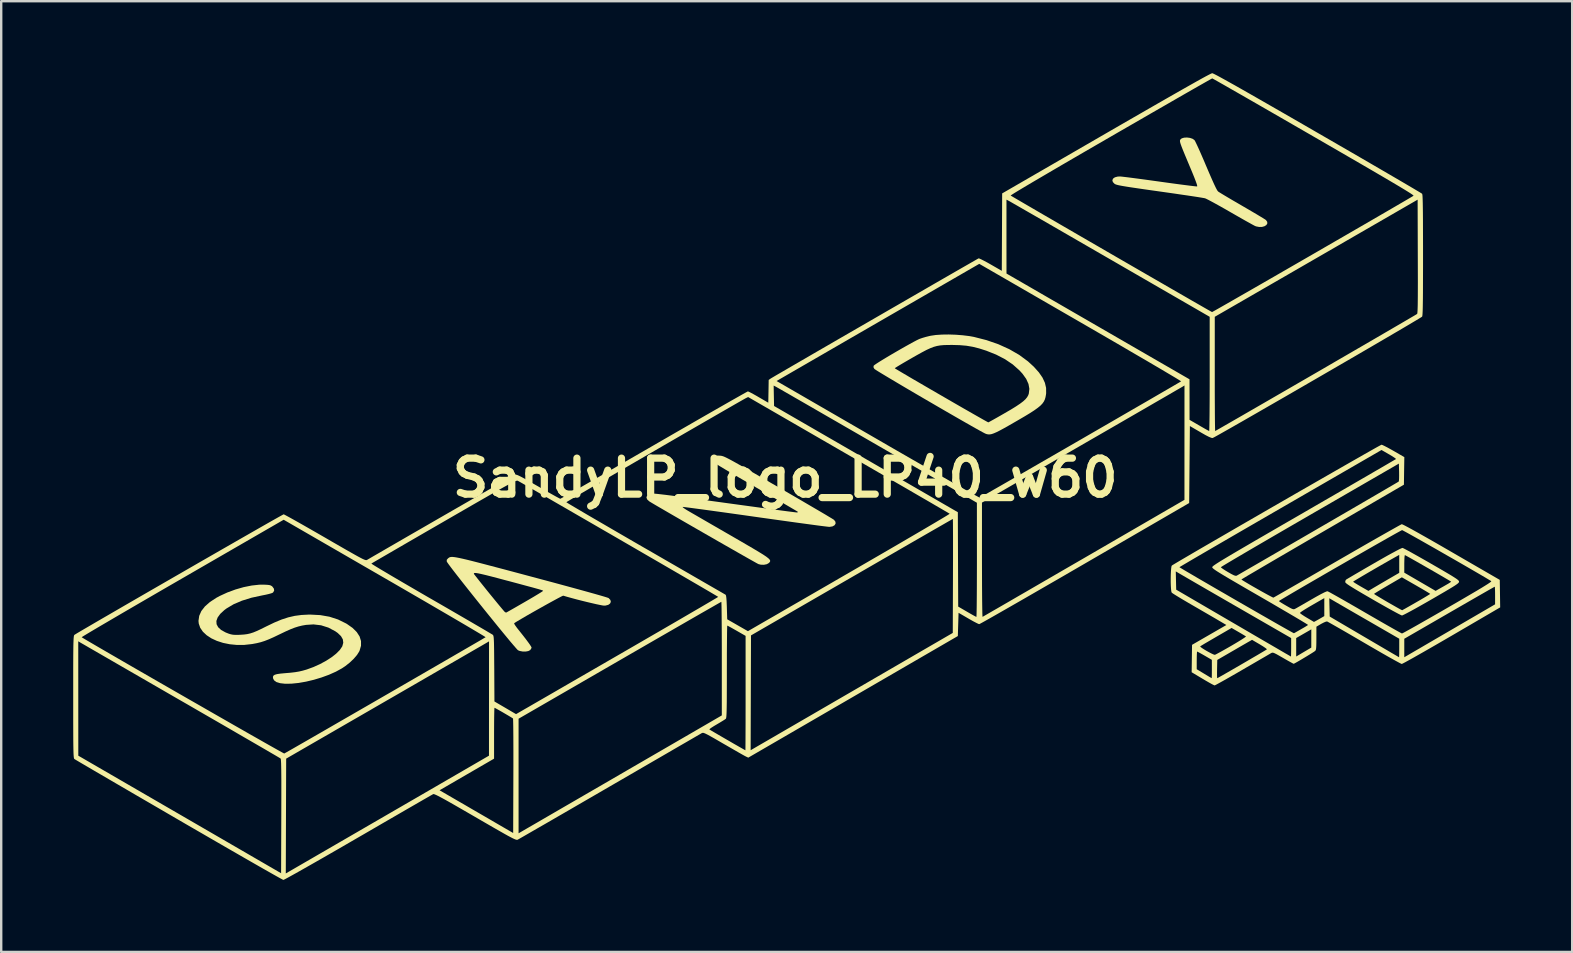
<source format=kicad_pcb>
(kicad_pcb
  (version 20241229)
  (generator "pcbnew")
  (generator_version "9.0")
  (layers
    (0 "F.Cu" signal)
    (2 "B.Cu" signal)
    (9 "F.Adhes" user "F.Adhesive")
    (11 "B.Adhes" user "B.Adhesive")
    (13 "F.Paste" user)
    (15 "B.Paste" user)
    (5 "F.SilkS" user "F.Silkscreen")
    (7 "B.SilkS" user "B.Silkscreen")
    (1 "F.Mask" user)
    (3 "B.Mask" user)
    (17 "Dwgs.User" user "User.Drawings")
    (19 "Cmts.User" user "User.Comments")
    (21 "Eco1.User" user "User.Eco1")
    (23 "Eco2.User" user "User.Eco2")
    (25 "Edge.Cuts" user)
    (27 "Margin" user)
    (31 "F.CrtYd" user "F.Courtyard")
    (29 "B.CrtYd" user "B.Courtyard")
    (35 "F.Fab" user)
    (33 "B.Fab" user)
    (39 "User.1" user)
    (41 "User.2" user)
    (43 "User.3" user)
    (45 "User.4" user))
  (footprint "SandyLP_logo_LP40_w60"
    (layer "F.Cu")
    (at 29.663 16.858)
    (property "Reference" "SandyLP_logo_LP40_w60" (at 0 0 0) (layer "F.SilkS") (effects (font (size 1.5 1.5) (thickness 0.3))))
    (attr board_only exclude_from_pos_files exclude_from_bom)
    (fp_poly (pts (xy 16.862 -14.163) (xy 16.973 -14.125) (xy 17.049 -14.071) (xy 17.075 -14.029) (xy 17.12 -13.937) (xy 17.183 -13.804) (xy 17.259 -13.636) (xy 17.346 -13.438) (xy 17.441 -13.219) (xy 17.534 -12.999) (xy 17.667 -12.688) (xy 17.779 -12.431) (xy 17.87 -12.229) (xy 17.942 -12.079) (xy 17.995 -11.981) (xy 18.03 -11.934) (xy 18.031 -11.933) (xy 18.073 -11.904) (xy 18.162 -11.849) (xy 18.289 -11.772) (xy 18.449 -11.677) (xy 18.635 -11.567) (xy 18.842 -11.447) (xy 19.037 -11.333) (xy 19.254 -11.207) (xy 19.457 -11.088) (xy 19.639 -10.981) (xy 19.793 -10.888) (xy 19.914 -10.815) (xy 19.994 -10.764) (xy 20.028 -10.74) (xy 20.081 -10.664) (xy 20.083 -10.593) (xy 20.042 -10.531) (xy 19.966 -10.483) (xy 19.864 -10.455) (xy 19.744 -10.452) (xy 19.615 -10.477) (xy 19.594 -10.485) (xy 19.548 -10.506) (xy 19.457 -10.555) (xy 19.328 -10.627) (xy 19.165 -10.717) (xy 18.977 -10.824) (xy 18.769 -10.943) (xy 18.558 -11.064) (xy 18.336 -11.192) (xy 18.125 -11.311) (xy 17.934 -11.417) (xy 17.767 -11.508) (xy 17.633 -11.579) (xy 17.537 -11.627) (xy 17.489 -11.647) (xy 17.438 -11.657) (xy 17.333 -11.675) (xy 17.18 -11.7) (xy 16.984 -11.73) (xy 16.751 -11.765) (xy 16.487 -11.803) (xy 16.198 -11.846) (xy 15.888 -11.89) (xy 15.592 -11.932) (xy 15.216 -11.985) (xy 14.895 -12.031) (xy 14.624 -12.071) (xy 14.399 -12.104) (xy 14.216 -12.133) (xy 14.07 -12.157) (xy 13.955 -12.178) (xy 13.869 -12.196) (xy 13.806 -12.213) (xy 13.762 -12.228) (xy 13.732 -12.242) (xy 13.723 -12.248) (xy 13.649 -12.324) (xy 13.629 -12.399) (xy 13.658 -12.467) (xy 13.732 -12.52) (xy 13.845 -12.551) (xy 13.947 -12.556) (xy 14.008 -12.551) (xy 14.122 -12.538) (xy 14.282 -12.519) (xy 14.483 -12.493) (xy 14.718 -12.462) (xy 14.98 -12.427) (xy 15.263 -12.388) (xy 15.561 -12.347) (xy 15.615 -12.339) (xy 15.91 -12.298) (xy 16.187 -12.26) (xy 16.44 -12.226) (xy 16.665 -12.197) (xy 16.855 -12.173) (xy 17.004 -12.155) (xy 17.106 -12.144) (xy 17.157 -12.141) (xy 17.161 -12.141) (xy 17.163 -12.167) (xy 17.145 -12.238) (xy 17.104 -12.353) (xy 17.041 -12.518) (xy 16.954 -12.732) (xy 16.842 -12.998) (xy 16.841 -13.001) (xy 16.73 -13.266) (xy 16.64 -13.481) (xy 16.57 -13.653) (xy 16.517 -13.786) (xy 16.48 -13.887) (xy 16.457 -13.96) (xy 16.446 -14.013) (xy 16.445 -14.05) (xy 16.451 -14.077) (xy 16.457 -14.09) (xy 16.519 -14.144) (xy 16.618 -14.173) (xy 16.738 -14.179)) (stroke (width 0) (type solid)) (fill yes) (layer "F.SilkS"))
    (fp_poly (pts (xy -21.593 4.455) (xy -21.501 4.464) (xy -21.439 4.481) (xy -21.393 4.507) (xy -21.364 4.531) (xy -21.302 4.617) (xy -21.292 4.701) (xy -21.336 4.772) (xy -21.354 4.787) (xy -21.41 4.809) (xy -21.51 4.837) (xy -21.641 4.868) (xy -21.78 4.895) (xy -22.234 4.993) (xy -22.634 5.117) (xy -22.98 5.265) (xy -23.272 5.438) (xy -23.366 5.508) (xy -23.536 5.665) (xy -23.646 5.817) (xy -23.698 5.961) (xy -23.69 6.098) (xy -23.623 6.224) (xy -23.498 6.339) (xy -23.314 6.44) (xy -23.191 6.489) (xy -23.097 6.518) (xy -23.008 6.535) (xy -22.906 6.542) (xy -22.77 6.54) (xy -22.698 6.537) (xy -22.549 6.527) (xy -22.417 6.51) (xy -22.292 6.482) (xy -22.16 6.44) (xy -22.012 6.379) (xy -21.834 6.296) (xy -21.617 6.188) (xy -21.285 6.028) (xy -20.985 5.903) (xy -20.706 5.812) (xy -20.433 5.749) (xy -20.155 5.712) (xy -19.859 5.697) (xy -19.786 5.696) (xy -19.369 5.718) (xy -18.986 5.785) (xy -18.631 5.9) (xy -18.296 6.065) (xy -18.256 6.089) (xy -18.024 6.252) (xy -17.85 6.425) (xy -17.732 6.608) (xy -17.673 6.798) (xy -17.673 6.995) (xy -17.732 7.197) (xy -17.751 7.238) (xy -17.842 7.381) (xy -17.976 7.537) (xy -18.142 7.695) (xy -18.329 7.843) (xy -18.467 7.935) (xy -18.72 8.074) (xy -19.007 8.202) (xy -19.316 8.315) (xy -19.638 8.412) (xy -19.961 8.489) (xy -20.274 8.544) (xy -20.569 8.574) (xy -20.832 8.578) (xy -21.043 8.554) (xy -21.196 8.507) (xy -21.295 8.435) (xy -21.335 8.358) (xy -21.343 8.292) (xy -21.323 8.242) (xy -21.269 8.204) (xy -21.174 8.176) (xy -21.033 8.155) (xy -20.851 8.138) (xy -20.612 8.118) (xy -20.418 8.095) (xy -20.252 8.067) (xy -20.099 8.031) (xy -19.942 7.986) (xy -19.936 7.984) (xy -19.653 7.881) (xy -19.381 7.758) (xy -19.128 7.621) (xy -18.901 7.475) (xy -18.709 7.324) (xy -18.56 7.175) (xy -18.461 7.031) (xy -18.452 7.014) (xy -18.412 6.869) (xy -18.43 6.729) (xy -18.507 6.594) (xy -18.644 6.462) (xy -18.743 6.392) (xy -19.033 6.238) (xy -19.337 6.142) (xy -19.653 6.105) (xy -19.962 6.125) (xy -20.123 6.153) (xy -20.277 6.19) (xy -20.434 6.239) (xy -20.606 6.306) (xy -20.805 6.394) (xy -21.043 6.508) (xy -21.079 6.525) (xy -21.316 6.639) (xy -21.515 6.727) (xy -21.689 6.795) (xy -21.852 6.847) (xy -22.017 6.887) (xy -22.199 6.921) (xy -22.217 6.924) (xy -22.533 6.959) (xy -22.843 6.961) (xy -23.14 6.932) (xy -23.421 6.875) (xy -23.679 6.791) (xy -23.908 6.685) (xy -24.104 6.556) (xy -24.26 6.41) (xy -24.372 6.246) (xy -24.433 6.069) (xy -24.444 5.958) (xy -24.414 5.749) (xy -24.325 5.548) (xy -24.176 5.356) (xy -23.969 5.173) (xy -23.702 4.998) (xy -23.564 4.923) (xy -23.242 4.775) (xy -22.903 4.65) (xy -22.56 4.552) (xy -22.226 4.485) (xy -21.915 4.451) (xy -21.732 4.449)) (stroke (width 0) (type solid)) (fill yes) (layer "F.SilkS"))
    (fp_poly (pts (xy 7.106 -5.963) (xy 7.398 -5.94) (xy 7.674 -5.906) (xy 7.856 -5.873) (xy 8.385 -5.738) (xy 8.879 -5.567) (xy 9.334 -5.361) (xy 9.747 -5.123) (xy 10.113 -4.853) (xy 10.358 -4.628) (xy 10.566 -4.396) (xy 10.718 -4.176) (xy 10.818 -3.961) (xy 10.868 -3.747) (xy 10.87 -3.526) (xy 10.861 -3.457) (xy 10.842 -3.354) (xy 10.814 -3.262) (xy 10.772 -3.176) (xy 10.712 -3.092) (xy 10.63 -3.007) (xy 10.519 -2.916) (xy 10.377 -2.814) (xy 10.198 -2.698) (xy 9.977 -2.564) (xy 9.71 -2.408) (xy 9.582 -2.334) (xy 9.325 -2.186) (xy 9.114 -2.067) (xy 8.942 -1.974) (xy 8.803 -1.904) (xy 8.692 -1.856) (xy 8.603 -1.825) (xy 8.529 -1.811) (xy 8.465 -1.81) (xy 8.405 -1.82) (xy 8.362 -1.833) (xy 8.315 -1.854) (xy 8.222 -1.903) (xy 8.087 -1.977) (xy 7.916 -2.073) (xy 7.711 -2.189) (xy 7.479 -2.321) (xy 7.224 -2.467) (xy 6.95 -2.625) (xy 6.662 -2.791) (xy 6.364 -2.964) (xy 6.062 -3.14) (xy 5.759 -3.316) (xy 5.46 -3.491) (xy 5.17 -3.661) (xy 4.894 -3.824) (xy 4.636 -3.977) (xy 4.4 -4.117) (xy 4.191 -4.242) (xy 4.015 -4.348) (xy 3.874 -4.434) (xy 3.775 -4.497) (xy 3.721 -4.534) (xy 3.713 -4.541) (xy 3.699 -4.567) (xy 4.564 -4.567) (xy 4.589 -4.549) (xy 4.662 -4.505) (xy 4.777 -4.436) (xy 4.929 -4.346) (xy 5.113 -4.238) (xy 5.325 -4.113) (xy 5.56 -3.977) (xy 5.812 -3.83) (xy 6.077 -3.676) (xy 6.35 -3.518) (xy 6.626 -3.358) (xy 6.899 -3.2) (xy 7.166 -3.046) (xy 7.421 -2.899) (xy 7.659 -2.763) (xy 7.876 -2.639) (xy 8.066 -2.531) (xy 8.224 -2.441) (xy 8.346 -2.373) (xy 8.426 -2.329) (xy 8.461 -2.312) (xy 8.461 -2.312) (xy 8.49 -2.326) (xy 8.564 -2.367) (xy 8.676 -2.429) (xy 8.818 -2.509) (xy 8.985 -2.604) (xy 9.139 -2.693) (xy 9.401 -2.845) (xy 9.613 -2.976) (xy 9.782 -3.089) (xy 9.913 -3.188) (xy 10.01 -3.277) (xy 10.079 -3.362) (xy 10.125 -3.445) (xy 10.148 -3.512) (xy 10.171 -3.709) (xy 10.134 -3.912) (xy 10.039 -4.122) (xy 9.884 -4.339) (xy 9.758 -4.477) (xy 9.478 -4.726) (xy 9.155 -4.944) (xy 8.786 -5.135) (xy 8.379 -5.297) (xy 8.082 -5.392) (xy 7.812 -5.46) (xy 7.547 -5.505) (xy 7.266 -5.529) (xy 6.965 -5.537) (xy 6.769 -5.536) (xy 6.603 -5.531) (xy 6.456 -5.518) (xy 6.32 -5.494) (xy 6.186 -5.457) (xy 6.044 -5.402) (xy 5.885 -5.329) (xy 5.701 -5.232) (xy 5.481 -5.11) (xy 5.277 -4.994) (xy 5.09 -4.886) (xy 4.921 -4.788) (xy 4.778 -4.703) (xy 4.666 -4.635) (xy 4.592 -4.589) (xy 4.564 -4.567) (xy 4.564 -4.567) (xy 3.699 -4.567) (xy 3.676 -4.608) (xy 3.683 -4.665) (xy 3.688 -4.675) (xy 3.721 -4.704) (xy 3.8 -4.758) (xy 3.916 -4.833) (xy 4.064 -4.924) (xy 4.234 -5.027) (xy 4.421 -5.138) (xy 4.617 -5.252) (xy 4.814 -5.366) (xy 5.006 -5.475) (xy 5.185 -5.575) (xy 5.343 -5.662) (xy 5.474 -5.731) (xy 5.57 -5.778) (xy 5.598 -5.79) (xy 5.711 -5.829) (xy 5.857 -5.872) (xy 6.011 -5.91) (xy 6.063 -5.921) (xy 6.274 -5.952) (xy 6.528 -5.969) (xy 6.81 -5.973)) (stroke (width 0) (type solid)) (fill yes) (layer "F.SilkS"))
    (fp_poly (pts (xy -13.85 3.295) (xy -13.78 3.302) (xy -13.691 3.316) (xy -13.579 3.338) (xy -13.441 3.368) (xy -13.274 3.407) (xy -13.075 3.456) (xy -12.841 3.516) (xy -12.567 3.587) (xy -12.252 3.67) (xy -11.89 3.765) (xy -11.48 3.874) (xy -11.018 3.997) (xy -10.6 4.109) (xy -10.113 4.239) (xy -9.657 4.361) (xy -9.234 4.476) (xy -8.847 4.581) (xy -8.498 4.677) (xy -8.191 4.762) (xy -7.927 4.836) (xy -7.71 4.898) (xy -7.542 4.947) (xy -7.426 4.983) (xy -7.364 5.005) (xy -7.356 5.009) (xy -7.284 5.087) (xy -7.266 5.166) (xy -7.298 5.236) (xy -7.373 5.291) (xy -7.488 5.32) (xy -7.543 5.323) (xy -7.608 5.316) (xy -7.721 5.294) (xy -7.874 5.262) (xy -8.056 5.22) (xy -8.259 5.172) (xy -8.473 5.119) (xy -8.689 5.064) (xy -8.897 5.008) (xy -9.088 4.955) (xy -9.248 4.908) (xy -9.281 4.92) (xy -9.358 4.958) (xy -9.474 5.019) (xy -9.62 5.098) (xy -9.791 5.191) (xy -9.979 5.295) (xy -10.177 5.406) (xy -10.378 5.519) (xy -10.576 5.631) (xy -10.763 5.738) (xy -10.932 5.837) (xy -11.077 5.922) (xy -11.191 5.99) (xy -11.266 6.038) (xy -11.294 6.058) (xy -11.285 6.089) (xy -11.244 6.155) (xy -11.179 6.245) (xy -11.12 6.32) (xy -10.951 6.532) (xy -10.809 6.715) (xy -10.698 6.864) (xy -10.619 6.977) (xy -10.576 7.049) (xy -10.568 7.073) (xy -10.588 7.124) (xy -10.628 7.176) (xy -10.704 7.216) (xy -10.815 7.236) (xy -10.942 7.234) (xy -11.063 7.211) (xy -11.13 7.183) (xy -11.164 7.152) (xy -11.231 7.077) (xy -11.328 6.965) (xy -11.452 6.819) (xy -11.598 6.643) (xy -11.763 6.443) (xy -11.944 6.222) (xy -12.136 5.985) (xy -12.337 5.737) (xy -12.543 5.482) (xy -12.75 5.224) (xy -12.955 4.968) (xy -13.154 4.718) (xy -13.343 4.48) (xy -13.519 4.256) (xy -13.679 4.052) (xy -13.731 3.985) (xy -12.973 3.985) (xy -12.962 4.011) (xy -12.95 4.029) (xy -12.838 4.172) (xy -12.71 4.334) (xy -12.571 4.507) (xy -12.427 4.687) (xy -12.282 4.866) (xy -12.141 5.038) (xy -12.01 5.198) (xy -11.894 5.339) (xy -11.797 5.455) (xy -11.725 5.54) (xy -11.682 5.587) (xy -11.674 5.594) (xy -11.632 5.61) (xy -11.626 5.612) (xy -11.599 5.598) (xy -11.526 5.558) (xy -11.415 5.495) (xy -11.271 5.413) (xy -11.101 5.315) (xy -10.912 5.206) (xy -10.853 5.172) (xy -10.659 5.059) (xy -10.483 4.956) (xy -10.332 4.865) (xy -10.212 4.792) (xy -10.129 4.739) (xy -10.09 4.711) (xy -10.088 4.709) (xy -10.089 4.702) (xy -10.097 4.696) (xy -10.115 4.687) (xy -10.148 4.675) (xy -10.201 4.658) (xy -10.278 4.635) (xy -10.384 4.606) (xy -10.523 4.567) (xy -10.7 4.52) (xy -10.919 4.461) (xy -11.185 4.389) (xy -11.503 4.304) (xy -11.66 4.263) (xy -11.981 4.177) (xy -12.249 4.107) (xy -12.467 4.052) (xy -12.64 4.011) (xy -12.772 3.982) (xy -12.867 3.966) (xy -12.929 3.962) (xy -12.963 3.969) (xy -12.973 3.985) (xy -13.731 3.985) (xy -13.818 3.873) (xy -13.933 3.722) (xy -14.021 3.604) (xy -14.078 3.523) (xy -14.101 3.485) (xy -14.101 3.415) (xy -14.053 3.359) (xy -14.029 3.339) (xy -14.005 3.322) (xy -13.979 3.308) (xy -13.946 3.299) (xy -13.905 3.294)) (stroke (width 0) (type solid)) (fill yes) (layer "F.SilkS"))
    (fp_poly (pts (xy -2.723 -0.925) (xy -2.689 -0.922) (xy -2.655 -0.917) (xy -2.618 -0.908) (xy -2.574 -0.894) (xy -2.518 -0.871) (xy -2.449 -0.838) (xy -2.362 -0.794) (xy -2.254 -0.737) (xy -2.121 -0.664) (xy -1.96 -0.574) (xy -1.767 -0.465) (xy -1.539 -0.335) (xy -1.273 -0.182) (xy -0.964 -0.004) (xy -0.61 0.201) (xy -0.285 0.388) (xy 0.054 0.584) (xy 0.379 0.773) (xy 0.687 0.952) (xy 0.972 1.119) (xy 1.232 1.271) (xy 1.463 1.406) (xy 1.66 1.522) (xy 1.819 1.618) (xy 1.938 1.689) (xy 2.011 1.735) (xy 2.034 1.751) (xy 2.093 1.831) (xy 2.097 1.909) (xy 2.053 1.976) (xy 1.967 2.023) (xy 1.843 2.042) (xy 1.835 2.042) (xy 1.787 2.037) (xy 1.684 2.025) (xy 1.53 2.006) (xy 1.329 1.98) (xy 1.085 1.947) (xy 0.804 1.909) (xy 0.487 1.866) (xy 0.142 1.818) (xy -0.23 1.766) (xy -0.623 1.711) (xy -1.033 1.654) (xy -1.269 1.62) (xy -1.685 1.561) (xy -2.084 1.505) (xy -2.462 1.452) (xy -2.816 1.403) (xy -3.141 1.358) (xy -3.433 1.318) (xy -3.689 1.284) (xy -3.903 1.255) (xy -4.073 1.233) (xy -4.193 1.218) (xy -4.261 1.21) (xy -4.275 1.21) (xy -4.265 1.228) (xy -4.213 1.269) (xy -4.126 1.326) (xy -4.055 1.369) (xy -3.983 1.411) (xy -3.864 1.48) (xy -3.704 1.572) (xy -3.509 1.685) (xy -3.284 1.815) (xy -3.034 1.96) (xy -2.765 2.115) (xy -2.483 2.278) (xy -2.239 2.419) (xy -1.9 2.615) (xy -1.61 2.784) (xy -1.365 2.927) (xy -1.162 3.048) (xy -0.997 3.148) (xy -0.867 3.231) (xy -0.769 3.299) (xy -0.7 3.353) (xy -0.655 3.398) (xy -0.632 3.434) (xy -0.627 3.466) (xy -0.636 3.494) (xy -0.657 3.521) (xy -0.681 3.547) (xy -0.768 3.597) (xy -0.887 3.621) (xy -1.019 3.617) (xy -1.112 3.594) (xy -1.15 3.575) (xy -1.235 3.528) (xy -1.363 3.456) (xy -1.529 3.363) (xy -1.728 3.25) (xy -1.956 3.12) (xy -2.207 2.977) (xy -2.478 2.822) (xy -2.764 2.659) (xy -3.059 2.489) (xy -3.359 2.317) (xy -3.66 2.144) (xy -3.957 1.973) (xy -4.245 1.807) (xy -4.52 1.648) (xy -4.776 1.5) (xy -5.01 1.364) (xy -5.216 1.244) (xy -5.39 1.143) (xy -5.527 1.062) (xy -5.622 1.005) (xy -5.665 0.978) (xy -5.752 0.899) (xy -5.782 0.816) (xy -5.755 0.738) (xy -5.671 0.673) (xy -5.645 0.661) (xy -5.624 0.655) (xy -5.592 0.652) (xy -5.546 0.652) (xy -5.482 0.655) (xy -5.396 0.662) (xy -5.285 0.673) (xy -5.146 0.689) (xy -4.975 0.709) (xy -4.769 0.735) (xy -4.524 0.767) (xy -4.237 0.805) (xy -3.905 0.85) (xy -3.524 0.902) (xy -3.09 0.961) (xy -2.6 1.028) (xy -2.574 1.032) (xy -2.156 1.089) (xy -1.755 1.144) (xy -1.374 1.196) (xy -1.016 1.245) (xy -0.688 1.289) (xy -0.391 1.329) (xy -0.131 1.364) (xy 0.088 1.393) (xy 0.263 1.415) (xy 0.389 1.431) (xy 0.462 1.44) (xy 0.479 1.441) (xy 0.526 1.433) (xy 0.524 1.413) (xy 0.494 1.394) (xy 0.416 1.347) (xy 0.294 1.276) (xy 0.134 1.182) (xy -0.061 1.068) (xy -0.286 0.937) (xy -0.536 0.792) (xy -0.808 0.634) (xy -1.098 0.467) (xy -1.231 0.39) (xy -1.527 0.219) (xy -1.809 0.055) (xy -2.072 -0.098) (xy -2.312 -0.239) (xy -2.523 -0.365) (xy -2.702 -0.472) (xy -2.845 -0.559) (xy -2.946 -0.622) (xy -3.001 -0.659) (xy -3.01 -0.666) (xy -3.052 -0.726) (xy -3.054 -0.776) (xy -3.011 -0.834) (xy -2.985 -0.86) (xy -2.936 -0.903) (xy -2.885 -0.924) (xy -2.811 -0.929)) (stroke (width 0) (type solid)) (fill yes) (layer "F.SilkS"))
    (fp_poly (pts (xy 25.757 2.935) (xy 25.842 2.979) (xy 25.968 3.046) (xy 26.128 3.135) (xy 26.318 3.241) (xy 26.532 3.362) (xy 26.764 3.494) (xy 26.927 3.588) (xy 27.203 3.747) (xy 27.431 3.88) (xy 27.616 3.989) (xy 27.762 4.076) (xy 27.873 4.146) (xy 27.955 4.2) (xy 28.011 4.241) (xy 28.047 4.273) (xy 28.065 4.298) (xy 28.072 4.319) (xy 28.072 4.324) (xy 28.068 4.345) (xy 28.053 4.368) (xy 28.023 4.398) (xy 27.973 4.436) (xy 27.899 4.487) (xy 27.797 4.551) (xy 27.661 4.633) (xy 27.488 4.736) (xy 27.273 4.861) (xy 27.012 5.013) (xy 26.918 5.067) (xy 26.676 5.206) (xy 26.448 5.335) (xy 26.24 5.452) (xy 26.057 5.552) (xy 25.905 5.633) (xy 25.79 5.692) (xy 25.717 5.726) (xy 25.694 5.733) (xy 25.654 5.718) (xy 25.568 5.676) (xy 25.442 5.609) (xy 25.281 5.522) (xy 25.09 5.416) (xy 24.876 5.295) (xy 24.643 5.163) (xy 24.477 5.067) (xy 24.196 4.904) (xy 24.076 4.834) (xy 24.53 4.834) (xy 24.555 4.853) (xy 24.623 4.896) (xy 24.725 4.958) (xy 24.853 5.034) (xy 24.996 5.119) (xy 25.147 5.207) (xy 25.297 5.292) (xy 25.435 5.371) (xy 25.553 5.437) (xy 25.643 5.486) (xy 25.694 5.511) (xy 25.703 5.514) (xy 25.733 5.498) (xy 25.808 5.457) (xy 25.919 5.394) (xy 26.058 5.315) (xy 26.219 5.223) (xy 26.295 5.179) (xy 26.462 5.083) (xy 26.61 4.996) (xy 26.731 4.923) (xy 26.818 4.869) (xy 26.864 4.839) (xy 26.869 4.834) (xy 26.844 4.815) (xy 26.774 4.771) (xy 26.667 4.707) (xy 26.529 4.626) (xy 26.369 4.533) (xy 26.279 4.481) (xy 25.689 4.143) (xy 25.11 4.481) (xy 24.943 4.579) (xy 24.794 4.667) (xy 24.672 4.741) (xy 24.584 4.796) (xy 24.536 4.828) (xy 24.53 4.834) (xy 24.076 4.834) (xy 23.963 4.768) (xy 23.774 4.656) (xy 23.625 4.565) (xy 23.512 4.494) (xy 23.43 4.439) (xy 23.375 4.397) (xy 23.343 4.366) (xy 23.329 4.343) (xy 23.328 4.336) (xy 23.331 4.326) (xy 23.659 4.326) (xy 23.683 4.346) (xy 23.75 4.39) (xy 23.849 4.451) (xy 23.97 4.522) (xy 23.977 4.526) (xy 24.296 4.709) (xy 24.525 4.573) (xy 24.636 4.508) (xy 24.781 4.422) (xy 24.946 4.326) (xy 25.113 4.228) (xy 25.167 4.197) (xy 25.58 3.957) (xy 25.58 3.582) (xy 25.58 3.578) (xy 25.79 3.578) (xy 25.79 3.949) (xy 26.443 4.329) (xy 27.096 4.709) (xy 27.216 4.64) (xy 27.304 4.59) (xy 27.419 4.525) (xy 27.537 4.457) (xy 27.539 4.456) (xy 27.635 4.4) (xy 27.706 4.354) (xy 27.741 4.327) (xy 27.742 4.325) (xy 27.717 4.308) (xy 27.647 4.265) (xy 27.538 4.201) (xy 27.399 4.119) (xy 27.235 4.024) (xy 27.054 3.919) (xy 26.863 3.809) (xy 26.669 3.698) (xy 26.479 3.589) (xy 26.3 3.487) (xy 26.139 3.396) (xy 26.003 3.319) (xy 25.898 3.261) (xy 25.833 3.226) (xy 25.816 3.218) (xy 25.806 3.242) (xy 25.798 3.315) (xy 25.793 3.426) (xy 25.79 3.564) (xy 25.79 3.578) (xy 25.58 3.578) (xy 25.58 3.208) (xy 25.376 3.323) (xy 25.186 3.43) (xy 24.983 3.546) (xy 24.775 3.665) (xy 24.566 3.786) (xy 24.364 3.903) (xy 24.176 4.013) (xy 24.007 4.112) (xy 23.865 4.197) (xy 23.755 4.263) (xy 23.684 4.307) (xy 23.659 4.326) (xy 23.331 4.326) (xy 23.344 4.27) (xy 23.366 4.24) (xy 23.399 4.219) (xy 23.479 4.171) (xy 23.6 4.1) (xy 23.756 4.008) (xy 23.942 3.9) (xy 24.152 3.777) (xy 24.381 3.645) (xy 24.529 3.559) (xy 24.817 3.394) (xy 25.071 3.25) (xy 25.287 3.131) (xy 25.463 3.036) (xy 25.595 2.968) (xy 25.682 2.929) (xy 25.718 2.918)) (stroke (width 0) (type solid)) (fill yes) (layer "F.SilkS"))
    (fp_poly (pts (xy 24.885 -1.367) (xy 24.97 -1.326) (xy 25.087 -1.266) (xy 25.227 -1.189) (xy 25.344 -1.123) (xy 25.792 -0.864) (xy 25.783 -0.289) (xy 25.775 0.285) (xy 22.39 2.251) (xy 21.975 2.492) (xy 21.575 2.725) (xy 21.193 2.948) (xy 20.831 3.159) (xy 20.492 3.356) (xy 20.181 3.538) (xy 19.899 3.703) (xy 19.651 3.849) (xy 19.438 3.974) (xy 19.264 4.076) (xy 19.132 4.155) (xy 19.046 4.207) (xy 19.007 4.231) (xy 19.005 4.233) (xy 19.03 4.253) (xy 19.099 4.297) (xy 19.204 4.36) (xy 19.335 4.438) (xy 19.485 4.525) (xy 19.645 4.616) (xy 19.807 4.708) (xy 19.961 4.794) (xy 20.099 4.87) (xy 20.214 4.931) (xy 20.295 4.973) (xy 20.335 4.99) (xy 20.337 4.99) (xy 20.366 4.974) (xy 20.444 4.93) (xy 20.567 4.86) (xy 20.731 4.766) (xy 20.933 4.65) (xy 21.169 4.514) (xy 21.437 4.36) (xy 21.732 4.19) (xy 22.051 4.006) (xy 22.39 3.81) (xy 22.746 3.605) (xy 22.995 3.461) (xy 23.361 3.25) (xy 23.713 3.047) (xy 24.048 2.854) (xy 24.362 2.674) (xy 24.651 2.509) (xy 24.912 2.361) (xy 25.141 2.231) (xy 25.335 2.122) (xy 25.49 2.035) (xy 25.602 1.973) (xy 25.668 1.938) (xy 25.685 1.931) (xy 25.723 1.944) (xy 25.809 1.986) (xy 25.943 2.057) (xy 26.122 2.154) (xy 26.343 2.277) (xy 26.605 2.425) (xy 26.905 2.595) (xy 27.24 2.787) (xy 27.609 3) (xy 27.757 3.086) (xy 29.768 4.25) (xy 29.777 4.823) (xy 29.785 5.396) (xy 27.765 6.575) (xy 27.445 6.761) (xy 27.139 6.938) (xy 26.851 7.104) (xy 26.586 7.256) (xy 26.346 7.392) (xy 26.138 7.51) (xy 25.963 7.607) (xy 25.828 7.681) (xy 25.735 7.73) (xy 25.689 7.752) (xy 25.685 7.753) (xy 25.649 7.738) (xy 25.566 7.695) (xy 25.44 7.627) (xy 25.278 7.537) (xy 25.082 7.427) (xy 24.859 7.3) (xy 24.614 7.158) (xy 24.349 7.005) (xy 24.125 6.874) (xy 23.85 6.713) (xy 23.589 6.561) (xy 23.348 6.421) (xy 23.131 6.296) (xy 22.942 6.188) (xy 22.788 6.1) (xy 22.671 6.034) (xy 22.598 5.994) (xy 22.574 5.982) (xy 22.525 5.99) (xy 22.442 6.024) (xy 22.341 6.076) (xy 22.326 6.084) (xy 22.129 6.2) (xy 22.128 6.683) (xy 22.127 6.867) (xy 22.124 7) (xy 22.118 7.092) (xy 22.109 7.152) (xy 22.094 7.189) (xy 22.075 7.211) (xy 22.032 7.242) (xy 21.951 7.294) (xy 21.842 7.362) (xy 21.716 7.439) (xy 21.584 7.518) (xy 21.455 7.595) (xy 21.34 7.662) (xy 21.249 7.713) (xy 21.194 7.742) (xy 21.183 7.746) (xy 21.151 7.732) (xy 21.077 7.692) (xy 20.969 7.632) (xy 20.837 7.557) (xy 20.741 7.502) (xy 20.583 7.411) (xy 20.469 7.347) (xy 20.389 7.307) (xy 20.334 7.286) (xy 20.295 7.282) (xy 20.264 7.29) (xy 20.24 7.303) (xy 20.198 7.327) (xy 20.109 7.379) (xy 19.981 7.454) (xy 19.818 7.548) (xy 19.626 7.66) (xy 19.411 7.785) (xy 19.179 7.919) (xy 19.044 7.998) (xy 18.808 8.135) (xy 18.586 8.262) (xy 18.386 8.376) (xy 18.212 8.474) (xy 18.069 8.553) (xy 17.965 8.61) (xy 17.903 8.641) (xy 17.889 8.647) (xy 17.851 8.632) (xy 17.771 8.591) (xy 17.658 8.528) (xy 17.522 8.45) (xy 17.391 8.372) (xy 16.932 8.098) (xy 16.939 7.604) (xy 17.143 7.604) (xy 17.143 7.972) (xy 17.451 8.158) (xy 17.571 8.23) (xy 17.67 8.29) (xy 17.739 8.33) (xy 17.766 8.345) (xy 17.766 8.345) (xy 17.769 8.318) (xy 17.772 8.241) (xy 17.773 8.127) (xy 17.773 8.109) (xy 17.989 8.109) (xy 17.989 8.228) (xy 17.992 8.31) (xy 17.997 8.346) (xy 17.997 8.347) (xy 18.026 8.332) (xy 18.1 8.29) (xy 18.216 8.225) (xy 18.366 8.139) (xy 18.545 8.036) (xy 18.748 7.919) (xy 18.968 7.791) (xy 19.027 7.757) (xy 19.252 7.626) (xy 19.46 7.504) (xy 19.648 7.395) (xy 19.807 7.301) (xy 19.933 7.226) (xy 20.02 7.174) (xy 20.063 7.148) (xy 20.065 7.146) (xy 20.051 7.123) (xy 19.992 7.078) (xy 19.9 7.016) (xy 19.782 6.944) (xy 19.769 6.936) (xy 19.448 6.748) (xy 19.339 6.81) (xy 19.282 6.842) (xy 19.182 6.9) (xy 19.048 6.977) (xy 18.889 7.069) (xy 18.714 7.171) (xy 18.615 7.228) (xy 17.999 7.585) (xy 17.991 7.966) (xy 17.989 8.109) (xy 17.773 8.109) (xy 17.774 7.986) (xy 17.774 7.964) (xy 17.773 7.581) (xy 17.475 7.408) (xy 17.356 7.34) (xy 17.256 7.284) (xy 17.187 7.248) (xy 17.161 7.236) (xy 17.154 7.264) (xy 17.149 7.34) (xy 17.145 7.454) (xy 17.144 7.594) (xy 17.143 7.604) (xy 16.939 7.604) (xy 16.94 7.527) (xy 16.947 7.02) (xy 17.288 7.02) (xy 17.302 7.043) (xy 17.357 7.086) (xy 17.443 7.142) (xy 17.545 7.203) (xy 17.654 7.264) (xy 17.756 7.317) (xy 17.84 7.356) (xy 17.892 7.372) (xy 17.9 7.372) (xy 17.939 7.355) (xy 18.022 7.311) (xy 18.142 7.246) (xy 18.29 7.163) (xy 18.459 7.067) (xy 18.585 6.995) (xy 18.759 6.892) (xy 18.913 6.799) (xy 19.04 6.72) (xy 19.133 6.658) (xy 19.186 6.619) (xy 19.195 6.606) (xy 19.16 6.583) (xy 19.085 6.538) (xy 18.981 6.476) (xy 18.883 6.419) (xy 18.596 6.253) (xy 17.952 6.626) (xy 17.774 6.73) (xy 17.613 6.824) (xy 17.476 6.904) (xy 17.372 6.967) (xy 17.307 7.007) (xy 17.288 7.02) (xy 16.947 7.02) (xy 16.948 6.956) (xy 17.663 6.543) (xy 18.379 6.13) (xy 18.024 5.921) (xy 17.902 5.849) (xy 17.738 5.754) (xy 17.545 5.642) (xy 17.333 5.519) (xy 17.114 5.392) (xy 16.903 5.27) (xy 16.707 5.155) (xy 16.527 5.049) (xy 16.37 4.954) (xy 16.243 4.876) (xy 16.152 4.818) (xy 16.105 4.784) (xy 16.1 4.78) (xy 16.085 4.73) (xy 16.073 4.633) (xy 16.065 4.503) (xy 16.06 4.349) (xy 16.06 4.186) (xy 16.063 4.026) (xy 16.069 3.896) (xy 16.271 3.896) (xy 16.279 4.277) (xy 16.288 4.658) (xy 18.675 6.05) (xy 19.022 6.252) (xy 19.354 6.446) (xy 19.667 6.629) (xy 19.959 6.799) (xy 20.224 6.953) (xy 20.46 7.09) (xy 20.662 7.208) (xy 20.828 7.305) (xy 20.954 7.377) (xy 21.035 7.424) (xy 21.068 7.444) (xy 21.069 7.444) (xy 21.072 7.417) (xy 21.074 7.34) (xy 21.076 7.226) (xy 21.077 7.085) (xy 21.077 7.06) (xy 21.077 6.675) (xy 21.075 6.673) (xy 21.287 6.673) (xy 21.287 7.058) (xy 21.287 7.443) (xy 21.601 7.257) (xy 21.916 7.071) (xy 21.916 6.691) (xy 21.917 6.311) (xy 21.602 6.492) (xy 21.287 6.673) (xy 21.075 6.673) (xy 19.538 5.787) (xy 19.257 5.625) (xy 18.989 5.47) (xy 18.74 5.327) (xy 18.513 5.196) (xy 18.315 5.082) (xy 18.15 4.986) (xy 18.022 4.913) (xy 17.938 4.864) (xy 17.903 4.844) (xy 17.827 4.8) (xy 17.713 4.734) (xy 17.568 4.651) (xy 17.403 4.555) (xy 17.225 4.452) (xy 17.044 4.347) (xy 16.868 4.245) (xy 16.706 4.151) (xy 16.567 4.07) (xy 16.46 4.008) (xy 16.394 3.969) (xy 16.384 3.963) (xy 16.271 3.896) (xy 16.069 3.896) (xy 16.07 3.88) (xy 16.08 3.761) (xy 16.086 3.721) (xy 16.423 3.721) (xy 16.449 3.739) (xy 16.522 3.783) (xy 16.638 3.853) (xy 16.793 3.944) (xy 16.983 4.055) (xy 17.202 4.184) (xy 17.447 4.326) (xy 17.712 4.48) (xy 17.994 4.644) (xy 18.289 4.814) (xy 18.591 4.989) (xy 18.896 5.165) (xy 19.2 5.34) (xy 19.498 5.511) (xy 19.786 5.677) (xy 20.059 5.833) (xy 20.313 5.979) (xy 20.544 6.111) (xy 20.747 6.226) (xy 20.917 6.322) (xy 21.051 6.397) (xy 21.143 6.448) (xy 21.19 6.472) (xy 21.194 6.473) (xy 21.226 6.456) (xy 21.298 6.415) (xy 21.4 6.357) (xy 21.49 6.305) (xy 21.605 6.239) (xy 21.7 6.182) (xy 21.762 6.142) (xy 21.781 6.127) (xy 21.757 6.11) (xy 21.686 6.064) (xy 21.57 5.994) (xy 21.414 5.9) (xy 21.222 5.786) (xy 20.997 5.654) (xy 20.955 5.629) (xy 21.443 5.629) (xy 21.47 5.656) (xy 21.538 5.705) (xy 21.636 5.769) (xy 21.735 5.829) (xy 21.851 5.897) (xy 21.945 5.953) (xy 22.007 5.99) (xy 22.027 6.002) (xy 22.053 5.989) (xy 22.119 5.953) (xy 22.212 5.901) (xy 22.245 5.882) (xy 22.458 5.759) (xy 22.458 5.384) (xy 22.458 5.016) (xy 22.666 5.016) (xy 22.674 5.397) (xy 22.683 5.778) (xy 24.124 6.624) (xy 24.392 6.781) (xy 24.644 6.929) (xy 24.876 7.065) (xy 25.082 7.186) (xy 25.258 7.29) (xy 25.4 7.372) (xy 25.502 7.432) (xy 25.56 7.466) (xy 25.573 7.473) (xy 25.575 7.446) (xy 25.578 7.37) (xy 25.579 7.256) (xy 25.58 7.115) (xy 25.58 7.089) (xy 25.58 6.703) (xy 25.79 6.703) (xy 25.79 7.088) (xy 25.79 7.473) (xy 26.161 7.257) (xy 26.257 7.201) (xy 26.399 7.119) (xy 26.58 7.013) (xy 26.794 6.888) (xy 27.036 6.747) (xy 27.299 6.594) (xy 27.577 6.432) (xy 27.864 6.265) (xy 28.052 6.155) (xy 29.573 5.269) (xy 29.573 4.901) (xy 29.572 4.761) (xy 29.569 4.645) (xy 29.565 4.565) (xy 29.56 4.534) (xy 29.559 4.534) (xy 29.532 4.548) (xy 29.456 4.591) (xy 29.337 4.658) (xy 29.178 4.749) (xy 28.984 4.86) (xy 28.758 4.99) (xy 28.506 5.135) (xy 28.23 5.294) (xy 27.935 5.464) (xy 27.668 5.618) (xy 25.79 6.703) (xy 25.58 6.703) (xy 25.58 6.701) (xy 24.567 6.116) (xy 24.32 5.973) (xy 24.069 5.829) (xy 23.825 5.688) (xy 23.597 5.556) (xy 23.393 5.438) (xy 23.224 5.34) (xy 23.11 5.274) (xy 22.666 5.016) (xy 22.458 5.016) (xy 22.458 5.01) (xy 22.285 5.108) (xy 22.019 5.261) (xy 21.804 5.386) (xy 21.64 5.485) (xy 21.527 5.558) (xy 21.461 5.607) (xy 21.443 5.629) (xy 20.955 5.629) (xy 20.744 5.506) (xy 20.467 5.344) (xy 20.169 5.17) (xy 20.105 5.133) (xy 20.566 5.133) (xy 20.591 5.154) (xy 20.657 5.198) (xy 20.755 5.258) (xy 20.867 5.323) (xy 20.997 5.397) (xy 21.086 5.444) (xy 21.147 5.468) (xy 21.189 5.474) (xy 21.226 5.464) (xy 21.249 5.452) (xy 21.299 5.425) (xy 21.391 5.372) (xy 21.518 5.3) (xy 21.671 5.211) (xy 21.842 5.112) (xy 21.932 5.06) (xy 22.146 4.938) (xy 22.323 4.841) (xy 22.459 4.772) (xy 22.55 4.733) (xy 22.593 4.724) (xy 22.629 4.741) (xy 22.713 4.785) (xy 22.838 4.855) (xy 23.001 4.946) (xy 23.197 5.057) (xy 23.42 5.185) (xy 23.667 5.327) (xy 23.932 5.48) (xy 24.154 5.609) (xy 24.429 5.768) (xy 24.689 5.918) (xy 24.93 6.057) (xy 25.146 6.18) (xy 25.333 6.286) (xy 25.486 6.372) (xy 25.6 6.435) (xy 25.672 6.473) (xy 25.694 6.483) (xy 25.726 6.469) (xy 25.806 6.427) (xy 25.929 6.359) (xy 26.091 6.269) (xy 26.289 6.158) (xy 26.517 6.028) (xy 26.771 5.883) (xy 27.048 5.725) (xy 27.344 5.555) (xy 27.592 5.412) (xy 27.969 5.194) (xy 28.295 5.004) (xy 28.575 4.84) (xy 28.81 4.702) (xy 29.002 4.587) (xy 29.154 4.493) (xy 29.269 4.421) (xy 29.349 4.367) (xy 29.397 4.33) (xy 29.415 4.309) (xy 29.414 4.305) (xy 29.379 4.281) (xy 29.296 4.231) (xy 29.173 4.157) (xy 29.013 4.063) (xy 28.823 3.952) (xy 28.606 3.826) (xy 28.368 3.688) (xy 28.115 3.542) (xy 27.851 3.39) (xy 27.581 3.236) (xy 27.311 3.081) (xy 27.046 2.929) (xy 26.79 2.784) (xy 26.549 2.647) (xy 26.328 2.522) (xy 26.132 2.412) (xy 25.967 2.32) (xy 25.837 2.248) (xy 25.747 2.2) (xy 25.702 2.178) (xy 25.699 2.177) (xy 25.668 2.191) (xy 25.589 2.234) (xy 25.467 2.301) (xy 25.306 2.391) (xy 25.111 2.501) (xy 24.886 2.629) (xy 24.635 2.771) (xy 24.362 2.927) (xy 24.072 3.093) (xy 23.769 3.267) (xy 23.458 3.446) (xy 23.142 3.628) (xy 22.825 3.81) (xy 22.513 3.99) (xy 22.21 4.166) (xy 21.919 4.334) (xy 21.645 4.493) (xy 21.393 4.64) (xy 21.166 4.773) (xy 20.969 4.889) (xy 20.807 4.985) (xy 20.682 5.059) (xy 20.601 5.109) (xy 20.567 5.132) (xy 20.566 5.133) (xy 20.105 5.133) (xy 19.854 4.988) (xy 19.791 4.951) (xy 19.418 4.736) (xy 19.093 4.548) (xy 18.814 4.385) (xy 18.577 4.247) (xy 18.379 4.13) (xy 18.217 4.033) (xy 18.086 3.953) (xy 17.984 3.889) (xy 17.908 3.838) (xy 17.854 3.798) (xy 17.818 3.768) (xy 17.798 3.746) (xy 17.79 3.728) (xy 17.789 3.722) (xy 18.149 3.722) (xy 18.174 3.749) (xy 18.24 3.797) (xy 18.338 3.861) (xy 18.45 3.928) (xy 18.585 4.005) (xy 18.681 4.054) (xy 18.745 4.077) (xy 18.789 4.08) (xy 18.81 4.073) (xy 18.843 4.055) (xy 18.925 4.008) (xy 19.052 3.934) (xy 19.222 3.836) (xy 19.431 3.715) (xy 19.677 3.573) (xy 19.955 3.412) (xy 20.264 3.233) (xy 20.599 3.039) (xy 20.958 2.831) (xy 21.337 2.611) (xy 21.734 2.381) (xy 22.145 2.143) (xy 22.202 2.109) (xy 22.615 1.87) (xy 23.012 1.639) (xy 23.393 1.418) (xy 23.752 1.209) (xy 24.089 1.013) (xy 24.398 0.833) (xy 24.678 0.67) (xy 24.925 0.526) (xy 25.136 0.402) (xy 25.308 0.302) (xy 25.437 0.226) (xy 25.522 0.176) (xy 25.558 0.154) (xy 25.559 0.153) (xy 25.567 0.116) (xy 25.573 0.031) (xy 25.575 -0.089) (xy 25.574 -0.231) (xy 25.574 -0.232) (xy 25.565 -0.594) (xy 21.857 1.549) (xy 21.422 1.801) (xy 21.002 2.044) (xy 20.599 2.278) (xy 20.217 2.5) (xy 19.857 2.71) (xy 19.524 2.904) (xy 19.22 3.082) (xy 18.948 3.242) (xy 18.71 3.382) (xy 18.511 3.5) (xy 18.352 3.595) (xy 18.237 3.665) (xy 18.169 3.708) (xy 18.149 3.722) (xy 17.789 3.722) (xy 17.789 3.722) (xy 17.793 3.71) (xy 17.806 3.693) (xy 17.831 3.67) (xy 17.871 3.64) (xy 17.927 3.601) (xy 18.002 3.552) (xy 18.098 3.491) (xy 18.219 3.417) (xy 18.366 3.329) (xy 18.541 3.224) (xy 18.748 3.102) (xy 18.988 2.961) (xy 19.264 2.8) (xy 19.579 2.616) (xy 19.935 2.41) (xy 20.334 2.179) (xy 20.778 1.921) (xy 21.271 1.637) (xy 21.608 1.442) (xy 22.049 1.186) (xy 22.476 0.939) (xy 22.887 0.702) (xy 23.277 0.476) (xy 23.644 0.263) (xy 23.986 0.065) (xy 24.299 -0.116) (xy 24.58 -0.28) (xy 24.827 -0.423) (xy 25.037 -0.545) (xy 25.206 -0.644) (xy 25.333 -0.718) (xy 25.413 -0.765) (xy 25.444 -0.784) (xy 25.445 -0.785) (xy 25.428 -0.806) (xy 25.367 -0.85) (xy 25.274 -0.91) (xy 25.155 -0.981) (xy 25.152 -0.982) (xy 24.842 -1.161) (xy 20.632 1.272) (xy 20.169 1.54) (xy 19.719 1.8) (xy 19.287 2.05) (xy 18.875 2.289) (xy 18.485 2.515) (xy 18.12 2.727) (xy 17.783 2.923) (xy 17.477 3.101) (xy 17.204 3.26) (xy 16.968 3.398) (xy 16.771 3.514) (xy 16.615 3.606) (xy 16.503 3.672) (xy 16.439 3.711) (xy 16.423 3.721) (xy 16.086 3.721) (xy 16.093 3.681) (xy 16.105 3.655) (xy 16.137 3.633) (xy 16.218 3.584) (xy 16.345 3.508) (xy 16.513 3.409) (xy 16.72 3.288) (xy 16.962 3.146) (xy 17.236 2.986) (xy 17.539 2.81) (xy 17.867 2.62) (xy 18.218 2.417) (xy 18.587 2.203) (xy 18.971 1.98) (xy 19.368 1.751) (xy 19.774 1.517) (xy 20.185 1.279) (xy 20.599 1.041) (xy 21.012 0.803) (xy 21.42 0.568) (xy 21.821 0.338) (xy 22.211 0.114) (xy 22.587 -0.102) (xy 22.945 -0.307) (xy 23.282 -0.5) (xy 23.595 -0.679) (xy 23.881 -0.842) (xy 24.136 -0.988) (xy 24.357 -1.113) (xy 24.541 -1.217) (xy 24.684 -1.297) (xy 24.784 -1.351) (xy 24.836 -1.378) (xy 24.843 -1.381)) (stroke (width 0) (type solid)) (fill yes) (layer "F.SilkS"))
    (fp_poly (pts (xy 17.819 -16.848) (xy 17.883 -16.818) (xy 17.982 -16.767) (xy 18.118 -16.694) (xy 18.292 -16.598) (xy 18.506 -16.479) (xy 18.76 -16.337) (xy 19.056 -16.169) (xy 19.395 -15.976) (xy 19.778 -15.757) (xy 20.207 -15.511) (xy 20.684 -15.237) (xy 21.209 -14.935) (xy 21.783 -14.604) (xy 22.187 -14.37) (xy 22.657 -14.099) (xy 23.113 -13.835) (xy 23.553 -13.581) (xy 23.973 -13.337) (xy 24.371 -13.106) (xy 24.744 -12.889) (xy 25.089 -12.688) (xy 25.405 -12.504) (xy 25.687 -12.339) (xy 25.934 -12.194) (xy 26.141 -12.072) (xy 26.308 -11.973) (xy 26.431 -11.9) (xy 26.507 -11.853) (xy 26.533 -11.835) (xy 26.54 -11.814) (xy 26.547 -11.768) (xy 26.552 -11.693) (xy 26.556 -11.586) (xy 26.56 -11.444) (xy 26.563 -11.264) (xy 26.566 -11.042) (xy 26.568 -10.776) (xy 26.569 -10.462) (xy 26.57 -10.098) (xy 26.571 -9.679) (xy 26.571 -9.277) (xy 26.571 -8.81) (xy 26.57 -8.399) (xy 26.569 -8.042) (xy 26.568 -7.735) (xy 26.566 -7.476) (xy 26.563 -7.261) (xy 26.56 -7.086) (xy 26.556 -6.95) (xy 26.551 -6.847) (xy 26.546 -6.777) (xy 26.539 -6.734) (xy 26.533 -6.718) (xy 26.503 -6.696) (xy 26.423 -6.647) (xy 26.298 -6.571) (xy 26.131 -6.472) (xy 25.926 -6.35) (xy 25.684 -6.207) (xy 25.411 -6.047) (xy 25.108 -5.869) (xy 24.781 -5.678) (xy 24.43 -5.473) (xy 24.061 -5.258) (xy 23.677 -5.034) (xy 23.28 -4.804) (xy 22.874 -4.568) (xy 22.462 -4.329) (xy 22.048 -4.089) (xy 21.635 -3.85) (xy 21.227 -3.614) (xy 20.826 -3.382) (xy 20.435 -3.157) (xy 20.059 -2.94) (xy 19.701 -2.734) (xy 19.363 -2.54) (xy 19.05 -2.36) (xy 18.764 -2.197) (xy 18.509 -2.051) (xy 18.287 -1.926) (xy 18.104 -1.822) (xy 17.961 -1.742) (xy 17.862 -1.688) (xy 17.81 -1.662) (xy 17.804 -1.66) (xy 17.748 -1.669) (xy 17.651 -1.709) (xy 17.512 -1.78) (xy 17.328 -1.885) (xy 17.294 -1.905) (xy 16.858 -2.159) (xy 16.843 -0.555) (xy 16.828 1.049) (xy 12.48 3.572) (xy 12.009 3.845) (xy 11.551 4.111) (xy 11.109 4.366) (xy 10.686 4.61) (xy 10.286 4.841) (xy 9.91 5.058) (xy 9.561 5.258) (xy 9.242 5.441) (xy 8.957 5.604) (xy 8.706 5.747) (xy 8.494 5.868) (xy 8.323 5.964) (xy 8.195 6.035) (xy 8.114 6.079) (xy 8.082 6.094) (xy 8.082 6.094) (xy 8.039 6.08) (xy 7.956 6.039) (xy 7.841 5.979) (xy 7.705 5.903) (xy 7.626 5.857) (xy 7.221 5.621) (xy 7.206 6.105) (xy 7.191 6.59) (xy 2.825 9.123) (xy -1.54 11.656) (xy -1.638 11.609) (xy -1.688 11.583) (xy -1.782 11.531) (xy -1.914 11.456) (xy -2.076 11.363) (xy -2.262 11.256) (xy -2.464 11.139) (xy -2.571 11.078) (xy -2.801 10.944) (xy -2.985 10.838) (xy -3.129 10.757) (xy -3.239 10.697) (xy -3.32 10.657) (xy -3.377 10.633) (xy -3.418 10.622) (xy -3.447 10.623) (xy -3.471 10.631) (xy -3.482 10.637) (xy -3.516 10.657) (xy -3.599 10.705) (xy -3.729 10.78) (xy -3.901 10.88) (xy -4.114 11.004) (xy -4.364 11.148) (xy -4.648 11.313) (xy -4.963 11.496) (xy -5.306 11.695) (xy -5.674 11.908) (xy -6.065 12.135) (xy -6.475 12.373) (xy -6.901 12.62) (xy -7.317 12.861) (xy -7.756 13.116) (xy -8.181 13.362) (xy -8.59 13.599) (xy -8.979 13.825) (xy -9.346 14.037) (xy -9.688 14.235) (xy -10.001 14.416) (xy -10.283 14.578) (xy -10.531 14.721) (xy -10.741 14.842) (xy -10.911 14.94) (xy -11.038 15.013) (xy -11.119 15.059) (xy -11.15 15.076) (xy -11.168 15.08) (xy -11.193 15.079) (xy -11.229 15.069) (xy -11.28 15.049) (xy -11.349 15.017) (xy -11.44 14.97) (xy -11.558 14.907) (xy -11.705 14.825) (xy -11.886 14.722) (xy -12.105 14.597) (xy -12.365 14.447) (xy -12.671 14.27) (xy -12.915 14.128) (xy -13.262 13.927) (xy -13.56 13.755) (xy -13.814 13.609) (xy -14.027 13.488) (xy -14.202 13.39) (xy -14.344 13.313) (xy -14.454 13.255) (xy -14.538 13.214) (xy -14.598 13.188) (xy -14.638 13.175) (xy -14.662 13.174) (xy -14.666 13.175) (xy -14.699 13.194) (xy -14.781 13.24) (xy -14.909 13.314) (xy -15.078 13.411) (xy -15.286 13.531) (xy -15.53 13.672) (xy -15.806 13.831) (xy -16.111 14.008) (xy -16.441 14.199) (xy -16.794 14.403) (xy -17.165 14.619) (xy -17.553 14.844) (xy -17.785 14.978) (xy -18.18 15.207) (xy -18.561 15.428) (xy -18.925 15.637) (xy -19.269 15.835) (xy -19.59 16.018) (xy -19.883 16.185) (xy -20.146 16.334) (xy -20.376 16.464) (xy -20.569 16.571) (xy -20.721 16.655) (xy -20.831 16.714) (xy -20.893 16.745) (xy -20.907 16.75) (xy -20.94 16.735) (xy -21.022 16.691) (xy -21.15 16.62) (xy -21.321 16.524) (xy -21.397 16.481) (xy -20.807 16.481) (xy -20.33 16.204) (xy -20.247 16.156) (xy -20.116 16.08) (xy -19.94 15.978) (xy -19.722 15.852) (xy -19.466 15.703) (xy -19.174 15.534) (xy -18.852 15.347) (xy -18.501 15.144) (xy -18.125 14.926) (xy -17.728 14.696) (xy -17.313 14.455) (xy -16.884 14.207) (xy -16.443 13.951) (xy -16.097 13.751) (xy -14.827 13.015) (xy -14.4 13.015) (xy -13.603 13.478) (xy -13.353 13.622) (xy -13.076 13.784) (xy -12.786 13.952) (xy -12.501 14.117) (xy -12.239 14.269) (xy -12.07 14.368) (xy -11.334 14.795) (xy -11.326 12.421) (xy -11.325 12.048) (xy -11.325 11.693) (xy -11.325 11.36) (xy -11.326 11.054) (xy -11.327 10.779) (xy -11.329 10.539) (xy -11.331 10.34) (xy -11.334 10.185) (xy -11.337 10.08) (xy -11.34 10.034) (xy -11.109 10.034) (xy -11.109 12.421) (xy -11.109 14.808) (xy -11.011 14.751) (xy -10.975 14.73) (xy -10.889 14.68) (xy -10.757 14.603) (xy -10.582 14.502) (xy -10.366 14.377) (xy -10.112 14.229) (xy -9.824 14.062) (xy -9.504 13.876) (xy -9.154 13.673) (xy -8.778 13.455) (xy -8.378 13.223) (xy -7.958 12.98) (xy -7.52 12.726) (xy -7.067 12.463) (xy -6.778 12.295) (xy -3.646 10.479) (xy -3.161 10.479) (xy -3.16 10.481) (xy -3.13 10.5) (xy -3.056 10.544) (xy -2.947 10.608) (xy -2.81 10.688) (xy -2.654 10.779) (xy -2.487 10.876) (xy -2.315 10.975) (xy -2.149 11.072) (xy -1.994 11.16) (xy -1.86 11.237) (xy -1.754 11.297) (xy -1.685 11.336) (xy -1.66 11.349) (xy -1.66 11.347) (xy -1.441 11.347) (xy -1.044 11.116) (xy -0.971 11.074) (xy -0.85 11.004) (xy -0.683 10.907) (xy -0.474 10.786) (xy -0.227 10.642) (xy 0.056 10.478) (xy 0.372 10.295) (xy 0.716 10.095) (xy 1.086 9.881) (xy 1.478 9.653) (xy 1.89 9.414) (xy 2.317 9.166) (xy 2.757 8.911) (xy 3.167 8.673) (xy 6.98 6.46) (xy 6.988 4.086) (xy 6.989 3.714) (xy 6.99 3.36) (xy 6.99 3.029) (xy 6.99 2.724) (xy 6.99 2.451) (xy 6.989 2.214) (xy 6.988 2.017) (xy 6.987 1.865) (xy 6.985 1.763) (xy 6.983 1.715) (xy 6.983 1.711) (xy 6.956 1.726) (xy 6.88 1.769) (xy 6.757 1.839) (xy 6.59 1.935) (xy 6.383 2.054) (xy 6.137 2.195) (xy 5.856 2.357) (xy 5.542 2.538) (xy 5.198 2.736) (xy 4.827 2.95) (xy 4.432 3.179) (xy 4.014 3.42) (xy 3.578 3.672) (xy 3.126 3.933) (xy 2.772 4.137) (xy -1.426 6.563) (xy -1.434 8.955) (xy -1.441 11.347) (xy -1.66 11.347) (xy -1.658 11.32) (xy -1.657 11.235) (xy -1.656 11.099) (xy -1.655 10.917) (xy -1.654 10.692) (xy -1.653 10.431) (xy -1.652 10.136) (xy -1.652 9.812) (xy -1.651 9.465) (xy -1.651 9.099) (xy -1.651 8.966) (xy -1.651 6.583) (xy -2.024 6.369) (xy -2.158 6.293) (xy -2.273 6.228) (xy -2.36 6.181) (xy -2.408 6.157) (xy -2.414 6.155) (xy -2.417 6.184) (xy -2.42 6.268) (xy -2.423 6.402) (xy -2.425 6.582) (xy -2.427 6.801) (xy -2.429 7.055) (xy -2.431 7.339) (xy -2.431 7.647) (xy -2.432 7.976) (xy -2.432 8.074) (xy -2.432 8.47) (xy -2.433 8.811) (xy -2.434 9.099) (xy -2.435 9.34) (xy -2.438 9.537) (xy -2.441 9.695) (xy -2.445 9.817) (xy -2.45 9.907) (xy -2.456 9.971) (xy -2.463 10.011) (xy -2.471 10.032) (xy -2.474 10.035) (xy -2.515 10.066) (xy -2.597 10.118) (xy -2.708 10.186) (xy -2.837 10.262) (xy -2.849 10.269) (xy -2.972 10.342) (xy -3.071 10.405) (xy -3.137 10.453) (xy -3.161 10.479) (xy -3.646 10.479) (xy -2.642 9.896) (xy -2.642 7.53) (xy -2.642 7.159) (xy -2.643 6.806) (xy -2.644 6.475) (xy -2.646 6.171) (xy -2.648 5.899) (xy -2.65 5.662) (xy -2.652 5.466) (xy -2.655 5.316) (xy -2.658 5.214) (xy -2.661 5.167) (xy -2.662 5.164) (xy -2.69 5.179) (xy -2.767 5.222) (xy -2.89 5.292) (xy -3.057 5.388) (xy -3.265 5.507) (xy -3.512 5.648) (xy -3.794 5.81) (xy -4.108 5.991) (xy -4.453 6.19) (xy -4.824 6.404) (xy -5.221 6.632) (xy -5.639 6.873) (xy -6.076 7.126) (xy -6.529 7.387) (xy -6.895 7.599) (xy -11.109 10.034) (xy -11.34 10.034) (xy -11.34 10.029) (xy -11.341 10.025) (xy -11.376 10.001) (xy -11.449 9.956) (xy -11.551 9.895) (xy -11.669 9.826) (xy -11.792 9.754) (xy -11.91 9.687) (xy -12.01 9.631) (xy -12.081 9.592) (xy -12.112 9.578) (xy -12.112 9.578) (xy -12.116 9.606) (xy -12.12 9.689) (xy -12.123 9.817) (xy -12.126 9.986) (xy -12.128 10.187) (xy -12.129 10.415) (xy -12.13 10.638) (xy -12.13 11.698) (xy -13.265 12.356) (xy -14.4 13.015) (xy -14.827 13.015) (xy -12.342 11.574) (xy -12.341 9.193) (xy -12.34 6.812) (xy -12.422 6.86) (xy -12.457 6.881) (xy -12.541 6.929) (xy -12.671 7.005) (xy -12.845 7.105) (xy -13.06 7.229) (xy -13.312 7.375) (xy -13.599 7.541) (xy -13.919 7.726) (xy -14.268 7.927) (xy -14.643 8.144) (xy -15.042 8.375) (xy -15.462 8.618) (xy -15.9 8.871) (xy -16.353 9.133) (xy -16.648 9.303) (xy -20.791 11.697) (xy -20.799 14.089) (xy -20.807 16.481) (xy -21.397 16.481) (xy -21.534 16.403) (xy -21.785 16.261) (xy -22.071 16.097) (xy -22.389 15.915) (xy -22.738 15.714) (xy -23.113 15.498) (xy -23.513 15.267) (xy -23.935 15.023) (xy -24.375 14.768) (xy -24.832 14.504) (xy -25.269 14.25) (xy -25.738 13.977) (xy -26.193 13.712) (xy -26.632 13.457) (xy -27.052 13.213) (xy -27.449 12.981) (xy -27.822 12.764) (xy -28.168 12.562) (xy -28.483 12.378) (xy -28.766 12.213) (xy -29.012 12.068) (xy -29.221 11.946) (xy -29.388 11.848) (xy -29.511 11.775) (xy -29.588 11.729) (xy -29.615 11.712) (xy -29.624 11.701) (xy -29.631 11.68) (xy -29.638 11.645) (xy -29.643 11.593) (xy -29.648 11.52) (xy -29.652 11.423) (xy -29.655 11.296) (xy -29.658 11.137) (xy -29.66 10.942) (xy -29.661 10.708) (xy -29.662 10.429) (xy -29.663 10.103) (xy -29.663 9.726) (xy -29.663 9.294) (xy -29.663 9.128) (xy -29.663 8.678) (xy -29.663 8.283) (xy -29.663 7.941) (xy -29.662 7.648) (xy -29.661 7.399) (xy -29.659 7.192) (xy -29.657 7.021) (xy -29.654 6.884) (xy -29.651 6.809) (xy -29.453 6.809) (xy -29.452 9.192) (xy -29.451 11.574) (xy -25.226 14.022) (xy -21.002 16.471) (xy -20.994 14.099) (xy -20.993 13.647) (xy -20.992 13.253) (xy -20.992 12.911) (xy -20.992 12.62) (xy -20.994 12.376) (xy -20.996 12.175) (xy -20.999 12.013) (xy -21.002 11.889) (xy -21.007 11.798) (xy -21.012 11.736) (xy -21.019 11.702) (xy -21.024 11.692) (xy -21.054 11.673) (xy -21.133 11.626) (xy -21.258 11.552) (xy -21.427 11.454) (xy -21.637 11.331) (xy -21.885 11.187) (xy -22.168 11.023) (xy -22.483 10.84) (xy -22.828 10.64) (xy -23.199 10.424) (xy -23.595 10.195) (xy -24.012 9.954) (xy -24.447 9.703) (xy -24.897 9.442) (xy -25.16 9.291) (xy -25.619 9.026) (xy -26.065 8.768) (xy -26.495 8.52) (xy -26.905 8.283) (xy -27.295 8.058) (xy -27.659 7.848) (xy -27.996 7.653) (xy -28.302 7.476) (xy -28.575 7.318) (xy -28.812 7.181) (xy -29.01 7.067) (xy -29.166 6.976) (xy -29.278 6.912) (xy -29.342 6.875) (xy -29.356 6.867) (xy -29.453 6.809) (xy -29.651 6.809) (xy -29.65 6.777) (xy -29.646 6.695) (xy -29.641 6.639) (xy -29.31 6.639) (xy -29.276 6.661) (xy -29.194 6.711) (xy -29.067 6.786) (xy -28.898 6.885) (xy -28.691 7.006) (xy -28.45 7.146) (xy -28.176 7.305) (xy -27.875 7.479) (xy -27.549 7.668) (xy -27.201 7.869) (xy -26.835 8.08) (xy -26.455 8.299) (xy -26.063 8.525) (xy -25.662 8.755) (xy -25.258 8.987) (xy -24.851 9.221) (xy -24.447 9.452) (xy -24.048 9.681) (xy -23.658 9.905) (xy -23.28 10.121) (xy -22.917 10.329) (xy -22.573 10.525) (xy -22.251 10.709) (xy -21.954 10.877) (xy -21.686 11.03) (xy -21.451 11.163) (xy -21.25 11.276) (xy -21.089 11.366) (xy -20.97 11.432) (xy -20.896 11.472) (xy -20.872 11.484) (xy -20.842 11.467) (xy -20.762 11.422) (xy -20.637 11.351) (xy -20.467 11.254) (xy -20.257 11.133) (xy -20.009 10.991) (xy -19.726 10.828) (xy -19.41 10.646) (xy -19.064 10.447) (xy -18.692 10.232) (xy -18.295 10.003) (xy -17.877 9.762) (xy -17.44 9.51) (xy -16.988 9.249) (xy -16.668 9.064) (xy -16.207 8.798) (xy -15.759 8.539) (xy -15.329 8.29) (xy -14.918 8.052) (xy -14.53 7.828) (xy -14.166 7.617) (xy -13.831 7.423) (xy -13.526 7.246) (xy -13.255 7.089) (xy -13.02 6.953) (xy -12.824 6.839) (xy -12.669 6.749) (xy -12.56 6.684) (xy -12.497 6.648) (xy -12.483 6.639) (xy -12.506 6.622) (xy -12.579 6.576) (xy -12.698 6.504) (xy -12.861 6.407) (xy -13.065 6.286) (xy -13.307 6.143) (xy -13.585 5.98) (xy -13.897 5.797) (xy -14.238 5.598) (xy -14.607 5.383) (xy -15.001 5.153) (xy -15.417 4.912) (xy -15.853 4.659) (xy -16.305 4.397) (xy -16.678 4.182) (xy -17.735 3.571) (xy -17.242 3.571) (xy -17.219 3.588) (xy -17.149 3.634) (xy -17.033 3.705) (xy -16.876 3.8) (xy -16.68 3.916) (xy -16.45 4.053) (xy -16.189 4.206) (xy -15.901 4.375) (xy -15.588 4.557) (xy -15.255 4.751) (xy -14.905 4.954) (xy -14.75 5.043) (xy -14.391 5.25) (xy -14.047 5.449) (xy -13.721 5.638) (xy -13.416 5.815) (xy -13.137 5.977) (xy -12.886 6.124) (xy -12.667 6.251) (xy -12.485 6.358) (xy -12.342 6.443) (xy -12.242 6.502) (xy -12.189 6.534) (xy -12.182 6.539) (xy -12.17 6.554) (xy -12.16 6.577) (xy -12.151 6.615) (xy -12.144 6.673) (xy -12.139 6.755) (xy -12.134 6.868) (xy -12.131 7.016) (xy -12.128 7.205) (xy -12.126 7.439) (xy -12.124 7.725) (xy -12.122 7.949) (xy -12.115 9.315) (xy -11.664 9.579) (xy -11.214 9.843) (xy -11.124 9.791) (xy -11.088 9.77) (xy -11.003 9.721) (xy -10.872 9.645) (xy -10.697 9.545) (xy -10.482 9.42) (xy -10.229 9.274) (xy -9.941 9.108) (xy -9.621 8.923) (xy -9.272 8.721) (xy -8.897 8.504) (xy -8.497 8.273) (xy -8.078 8.031) (xy -7.64 7.778) (xy -7.187 7.516) (xy -6.913 7.358) (xy -6.454 7.093) (xy -6.01 6.836) (xy -5.583 6.588) (xy -5.175 6.352) (xy -4.791 6.129) (xy -4.431 5.92) (xy -4.1 5.727) (xy -3.8 5.552) (xy -3.533 5.397) (xy -3.303 5.262) (xy -3.112 5.15) (xy -2.964 5.062) (xy -2.859 5) (xy -2.803 4.965) (xy -2.793 4.958) (xy -2.818 4.942) (xy -2.893 4.897) (xy -3.012 4.827) (xy -3.173 4.732) (xy -3.373 4.615) (xy -3.609 4.477) (xy -3.876 4.322) (xy -4.171 4.15) (xy -4.492 3.963) (xy -4.835 3.764) (xy -5.196 3.554) (xy -5.573 3.336) (xy -5.961 3.111) (xy -6.357 2.881) (xy -6.759 2.648) (xy -7.162 2.414) (xy -7.564 2.182) (xy -7.961 1.952) (xy -8.349 1.728) (xy -8.726 1.51) (xy -9.087 1.301) (xy -9.431 1.103) (xy -9.585 1.014) (xy -9.119 1.014) (xy -9.094 1.031) (xy -9.021 1.077) (xy -8.901 1.149) (xy -8.739 1.245) (xy -8.537 1.364) (xy -8.298 1.505) (xy -8.026 1.664) (xy -7.723 1.84) (xy -7.393 2.032) (xy -7.039 2.238) (xy -6.663 2.456) (xy -6.27 2.684) (xy -5.861 2.92) (xy -5.822 2.942) (xy -5.411 3.179) (xy -5.015 3.408) (xy -4.635 3.627) (xy -4.277 3.834) (xy -3.941 4.028) (xy -3.633 4.206) (xy -3.354 4.367) (xy -3.108 4.509) (xy -2.898 4.63) (xy -2.728 4.728) (xy -2.6 4.802) (xy -2.517 4.85) (xy -2.483 4.87) (xy -2.483 4.87) (xy -2.466 4.908) (xy -2.453 5) (xy -2.442 5.149) (xy -2.433 5.356) (xy -2.432 5.392) (xy -2.417 5.892) (xy -1.985 6.14) (xy -1.554 6.387) (xy -1.145 6.15) (xy -1.071 6.107) (xy -0.948 6.036) (xy -0.78 5.939) (xy -0.57 5.818) (xy -0.321 5.674) (xy -0.036 5.509) (xy 0.28 5.326) (xy 0.626 5.127) (xy 0.997 4.912) (xy 1.39 4.685) (xy 1.803 4.447) (xy 2.23 4.199) (xy 2.671 3.945) (xy 3.069 3.715) (xy 3.509 3.46) (xy 3.934 3.214) (xy 4.342 2.977) (xy 4.729 2.752) (xy 5.093 2.539) (xy 5.431 2.342) (xy 5.74 2.161) (xy 6.017 1.998) (xy 6.26 1.855) (xy 6.464 1.733) (xy 6.629 1.634) (xy 6.75 1.561) (xy 6.825 1.513) (xy 6.851 1.494) (xy 6.85 1.494) (xy 6.822 1.477) (xy 6.745 1.431) (xy 6.621 1.359) (xy 6.454 1.261) (xy 6.245 1.14) (xy 5.999 0.996) (xy 5.717 0.833) (xy 5.402 0.65) (xy 5.058 0.45) (xy 4.686 0.235) (xy 4.29 0.006) (xy 3.872 -0.236) (xy 3.435 -0.489) (xy 2.983 -0.75) (xy 2.641 -0.948) (xy -1.545 -3.367) (xy -1.636 -3.323) (xy -1.68 -3.299) (xy -1.772 -3.247) (xy -1.907 -3.17) (xy -2.083 -3.07) (xy -2.295 -2.948) (xy -2.54 -2.807) (xy -2.814 -2.649) (xy -3.114 -2.476) (xy -3.436 -2.29) (xy -3.778 -2.093) (xy -4.134 -1.887) (xy -4.502 -1.674) (xy -4.879 -1.456) (xy -5.26 -1.235) (xy -5.642 -1.014) (xy -6.021 -0.794) (xy -6.395 -0.577) (xy -6.759 -0.366) (xy -7.11 -0.162) (xy -7.444 0.032) (xy -7.758 0.215) (xy -8.049 0.384) (xy -8.312 0.538) (xy -8.544 0.673) (xy -8.742 0.789) (xy -8.902 0.883) (xy -9.02 0.954) (xy -9.094 0.998) (xy -9.119 1.014) (xy -9.585 1.014) (xy -9.752 0.917) (xy -10.049 0.746) (xy -10.317 0.592) (xy -10.553 0.456) (xy -10.754 0.341) (xy -10.917 0.248) (xy -11.038 0.179) (xy -11.113 0.137) (xy -11.136 0.125) (xy -11.15 0.119) (xy -11.167 0.117) (xy -11.19 0.12) (xy -11.222 0.129) (xy -11.266 0.146) (xy -11.324 0.173) (xy -11.4 0.21) (xy -11.496 0.261) (xy -11.615 0.326) (xy -11.761 0.406) (xy -11.935 0.504) (xy -12.141 0.621) (xy -12.382 0.759) (xy -12.661 0.919) (xy -12.98 1.102) (xy -13.342 1.311) (xy -13.751 1.547) (xy -14.208 1.811) (xy -14.218 1.817) (xy -14.609 2.043) (xy -14.986 2.26) (xy -15.344 2.468) (xy -15.682 2.663) (xy -15.995 2.845) (xy -16.281 3.011) (xy -16.536 3.159) (xy -16.757 3.287) (xy -16.941 3.394) (xy -17.084 3.477) (xy -17.183 3.535) (xy -17.234 3.566) (xy -17.242 3.571) (xy -17.735 3.571) (xy -20.895 1.745) (xy -25.113 4.182) (xy -25.577 4.45) (xy -26.026 4.71) (xy -26.458 4.961) (xy -26.87 5.2) (xy -27.26 5.427) (xy -27.624 5.639) (xy -27.959 5.835) (xy -28.264 6.014) (xy -28.536 6.173) (xy -28.771 6.312) (xy -28.967 6.428) (xy -29.122 6.521) (xy -29.232 6.588) (xy -29.295 6.628) (xy -29.31 6.639) (xy -29.641 6.639) (xy -29.641 6.635) (xy -29.635 6.594) (xy -29.628 6.566) (xy -29.619 6.549) (xy -29.611 6.54) (xy -29.576 6.518) (xy -29.494 6.468) (xy -29.366 6.392) (xy -29.196 6.292) (xy -28.988 6.171) (xy -28.745 6.029) (xy -28.47 5.869) (xy -28.166 5.693) (xy -27.837 5.502) (xy -27.487 5.299) (xy -27.117 5.085) (xy -26.733 4.863) (xy -26.336 4.634) (xy -25.93 4.4) (xy -25.519 4.163) (xy -25.106 3.925) (xy -24.695 3.688) (xy -24.287 3.453) (xy -23.888 3.224) (xy -23.499 3) (xy -23.125 2.786) (xy -22.769 2.581) (xy -22.433 2.389) (xy -22.122 2.211) (xy -21.839 2.049) (xy -21.586 1.905) (xy -21.368 1.781) (xy -21.187 1.679) (xy -21.046 1.6) (xy -20.95 1.547) (xy -20.902 1.521) (xy -20.896 1.519) (xy -20.863 1.533) (xy -20.783 1.576) (xy -20.659 1.643) (xy -20.497 1.733) (xy -20.301 1.843) (xy -20.075 1.971) (xy -19.825 2.114) (xy -19.554 2.269) (xy -19.266 2.435) (xy -19.172 2.489) (xy -18.836 2.684) (xy -18.547 2.85) (xy -18.303 2.991) (xy -18.098 3.107) (xy -17.93 3.202) (xy -17.795 3.277) (xy -17.688 3.334) (xy -17.606 3.376) (xy -17.544 3.404) (xy -17.499 3.42) (xy -17.467 3.427) (xy -17.444 3.426) (xy -17.426 3.42) (xy -17.416 3.415) (xy -17.156 3.263) (xy -16.868 3.097) (xy -16.558 2.917) (xy -16.229 2.727) (xy -15.884 2.527) (xy -15.527 2.321) (xy -15.162 2.111) (xy -14.793 1.898) (xy -14.424 1.685) (xy -14.057 1.474) (xy -13.698 1.267) (xy -13.349 1.066) (xy -13.014 0.873) (xy -12.697 0.691) (xy -12.402 0.522) (xy -12.133 0.368) (xy -11.892 0.23) (xy -11.685 0.111) (xy -11.514 0.014) (xy -11.384 -0.06) (xy -11.298 -0.108) (xy -11.26 -0.129) (xy -11.259 -0.129) (xy -11.233 -0.134) (xy -11.199 -0.13) (xy -11.15 -0.114) (xy -11.081 -0.083) (xy -10.987 -0.036) (xy -10.861 0.032) (xy -10.7 0.123) (xy -10.497 0.24) (xy -10.294 0.356) (xy -10.083 0.478) (xy -9.889 0.589) (xy -9.716 0.686) (xy -9.571 0.767) (xy -9.461 0.826) (xy -9.392 0.862) (xy -9.37 0.871) (xy -9.341 0.856) (xy -9.262 0.813) (xy -9.137 0.743) (xy -8.969 0.648) (xy -8.761 0.529) (xy -8.515 0.389) (xy -8.234 0.228) (xy -7.921 0.049) (xy -7.58 -0.147) (xy -7.212 -0.358) (xy -6.822 -0.583) (xy -6.411 -0.82) (xy -5.983 -1.067) (xy -5.54 -1.323) (xy -5.465 -1.366) (xy -5.02 -1.623) (xy -4.589 -1.872) (xy -4.175 -2.11) (xy -3.781 -2.337) (xy -3.409 -2.551) (xy -3.063 -2.749) (xy -2.745 -2.931) (xy -2.458 -3.095) (xy -2.206 -3.239) (xy -1.99 -3.361) (xy -1.815 -3.46) (xy -1.682 -3.535) (xy -1.595 -3.582) (xy -1.557 -3.602) (xy -1.555 -3.602) (xy -1.517 -3.588) (xy -1.437 -3.548) (xy -1.325 -3.488) (xy -1.191 -3.413) (xy -1.111 -3.366) (xy -0.706 -3.131) (xy -0.697 -3.606) (xy -0.693 -3.845) (xy -0.482 -3.845) (xy -0.474 -3.42) (xy -0.465 -2.994) (xy 3.363 -0.782) (xy 7.191 1.431) (xy 7.198 3.397) (xy 7.206 5.363) (xy 7.574 5.577) (xy 7.707 5.654) (xy 7.822 5.719) (xy 7.909 5.767) (xy 7.958 5.791) (xy 7.964 5.793) (xy 7.967 5.764) (xy 7.971 5.68) (xy 7.974 5.544) (xy 7.977 5.362) (xy 7.979 5.138) (xy 7.981 4.876) (xy 7.983 4.581) (xy 7.984 4.258) (xy 7.985 3.911) (xy 7.986 3.545) (xy 7.986 3.415) (xy 7.985 1.036) (xy 7.976 1.031) (xy 8.196 1.031) (xy 8.196 3.415) (xy 8.197 3.787) (xy 8.198 4.142) (xy 8.199 4.473) (xy 8.201 4.778) (xy 8.203 5.051) (xy 8.206 5.288) (xy 8.209 5.484) (xy 8.212 5.636) (xy 8.216 5.738) (xy 8.22 5.786) (xy 8.221 5.79) (xy 8.25 5.774) (xy 8.327 5.729) (xy 8.451 5.658) (xy 8.618 5.561) (xy 8.827 5.441) (xy 9.074 5.298) (xy 9.356 5.135) (xy 9.67 4.952) (xy 10.015 4.753) (xy 10.386 4.538) (xy 10.782 4.308) (xy 11.2 4.066) (xy 11.636 3.813) (xy 12.089 3.551) (xy 12.439 3.348) (xy 16.632 0.916) (xy 16.632 -1.467) (xy 16.633 -3.85) (xy 16.566 -3.807) (xy 16.532 -3.787) (xy 16.45 -3.739) (xy 16.321 -3.665) (xy 16.149 -3.565) (xy 15.936 -3.441) (xy 15.685 -3.296) (xy 15.399 -3.131) (xy 15.081 -2.946) (xy 14.733 -2.745) (xy 14.359 -2.529) (xy 13.96 -2.298) (xy 13.541 -2.056) (xy 13.103 -1.803) (xy 12.65 -1.542) (xy 12.347 -1.367) (xy 8.196 1.031) (xy 7.976 1.031) (xy 3.854 -1.351) (xy 3.393 -1.617) (xy 2.945 -1.876) (xy 2.513 -2.125) (xy 2.1 -2.364) (xy 1.709 -2.589) (xy 1.342 -2.801) (xy 1.003 -2.997) (xy 0.694 -3.175) (xy 0.419 -3.333) (xy 0.179 -3.472) (xy -0.022 -3.587) (xy -0.181 -3.679) (xy -0.296 -3.744) (xy -0.363 -3.782) (xy -0.38 -3.792) (xy -0.482 -3.845) (xy -0.693 -3.845) (xy -0.69 -4.034) (xy -0.359 -4.034) (xy 3.851 -1.599) (xy 4.315 -1.33) (xy 4.765 -1.071) (xy 5.199 -0.821) (xy 5.614 -0.583) (xy 6.006 -0.358) (xy 6.373 -0.147) (xy 6.713 0.047) (xy 7.022 0.223) (xy 7.299 0.379) (xy 7.539 0.515) (xy 7.74 0.628) (xy 7.9 0.716) (xy 8.016 0.779) (xy 8.085 0.815) (xy 8.104 0.823) (xy 8.135 0.806) (xy 8.214 0.761) (xy 8.34 0.69) (xy 8.51 0.593) (xy 8.72 0.472) (xy 8.969 0.33) (xy 9.252 0.167) (xy 9.569 -0.015) (xy 9.914 -0.214) (xy 10.287 -0.429) (xy 10.684 -0.658) (xy 11.102 -0.899) (xy 11.539 -1.151) (xy 11.991 -1.412) (xy 12.308 -1.595) (xy 12.769 -1.862) (xy 13.216 -2.12) (xy 13.647 -2.369) (xy 14.057 -2.607) (xy 14.446 -2.832) (xy 14.809 -3.042) (xy 15.145 -3.236) (xy 15.449 -3.413) (xy 15.721 -3.571) (xy 15.956 -3.707) (xy 16.152 -3.821) (xy 16.306 -3.911) (xy 16.416 -3.975) (xy 16.478 -4.012) (xy 16.492 -4.021) (xy 16.469 -4.038) (xy 16.397 -4.084) (xy 16.278 -4.157) (xy 16.115 -4.254) (xy 15.911 -4.375) (xy 15.669 -4.519) (xy 15.391 -4.682) (xy 15.08 -4.865) (xy 14.738 -5.064) (xy 14.369 -5.279) (xy 13.976 -5.509) (xy 13.559 -5.751) (xy 13.124 -6.003) (xy 12.672 -6.265) (xy 12.3 -6.48) (xy 8.084 -8.916) (xy 3.974 -6.542) (xy 3.514 -6.276) (xy 3.067 -6.018) (xy 2.636 -5.769) (xy 2.224 -5.53) (xy 1.834 -5.305) (xy 1.468 -5.093) (xy 1.129 -4.897) (xy 0.821 -4.719) (xy 0.546 -4.56) (xy 0.307 -4.422) (xy 0.107 -4.306) (xy -0.052 -4.214) (xy -0.166 -4.148) (xy -0.232 -4.11) (xy -0.247 -4.101) (xy -0.359 -4.034) (xy -0.69 -4.034) (xy -0.689 -4.08) (xy -0.607 -4.137) (xy -0.573 -4.158) (xy -0.49 -4.207) (xy -0.363 -4.282) (xy -0.193 -4.38) (xy 0.015 -4.501) (xy 0.258 -4.643) (xy 0.533 -4.802) (xy 0.837 -4.978) (xy 1.165 -5.169) (xy 1.516 -5.372) (xy 1.885 -5.585) (xy 2.269 -5.808) (xy 2.666 -6.037) (xy 3.071 -6.271) (xy 3.481 -6.508) (xy 3.893 -6.746) (xy 4.304 -6.984) (xy 4.71 -7.218) (xy 5.108 -7.448) (xy 5.495 -7.671) (xy 5.867 -7.886) (xy 6.221 -8.091) (xy 6.554 -8.283) (xy 6.862 -8.46) (xy 7.143 -8.622) (xy 7.392 -8.765) (xy 7.607 -8.888) (xy 7.784 -8.99) (xy 7.919 -9.067) (xy 8.01 -9.119) (xy 8.054 -9.143) (xy 8.057 -9.145) (xy 8.094 -9.135) (xy 8.173 -9.099) (xy 8.286 -9.042) (xy 8.424 -8.968) (xy 8.558 -8.892) (xy 9.022 -8.625) (xy 9.03 -10.238) (xy 9.036 -11.591) (xy 9.217 -11.591) (xy 9.217 -10.051) (xy 9.218 -8.512) (xy 13.03 -6.309) (xy 16.843 -4.106) (xy 16.844 -3.261) (xy 16.844 -2.417) (xy 17.242 -2.186) (xy 17.381 -2.106) (xy 17.501 -2.037) (xy 17.594 -1.986) (xy 17.65 -1.957) (xy 17.661 -1.953) (xy 17.665 -1.982) (xy 17.668 -2.067) (xy 17.671 -2.202) (xy 17.674 -2.384) (xy 17.677 -2.608) (xy 17.679 -2.87) (xy 17.681 -3.165) (xy 17.682 -3.488) (xy 17.683 -3.835) (xy 17.683 -4.201) (xy 17.683 -4.331) (xy 17.895 -4.331) (xy 17.895 -3.959) (xy 17.895 -3.604) (xy 17.896 -3.273) (xy 17.898 -2.968) (xy 17.899 -2.694) (xy 17.901 -2.456) (xy 17.903 -2.259) (xy 17.906 -2.107) (xy 17.908 -2.004) (xy 17.911 -1.955) (xy 17.912 -1.952) (xy 17.939 -1.966) (xy 18.016 -2.01) (xy 18.139 -2.08) (xy 18.306 -2.176) (xy 18.513 -2.295) (xy 18.759 -2.437) (xy 19.041 -2.599) (xy 19.354 -2.78) (xy 19.698 -2.979) (xy 20.069 -3.193) (xy 20.464 -3.422) (xy 20.881 -3.663) (xy 21.317 -3.915) (xy 21.769 -4.177) (xy 22.108 -4.373) (xy 22.57 -4.641) (xy 23.018 -4.902) (xy 23.45 -5.152) (xy 23.863 -5.392) (xy 24.253 -5.618) (xy 24.618 -5.831) (xy 24.955 -6.027) (xy 25.262 -6.206) (xy 25.536 -6.366) (xy 25.773 -6.504) (xy 25.972 -6.621) (xy 26.129 -6.713) (xy 26.242 -6.779) (xy 26.307 -6.819) (xy 26.323 -6.829) (xy 26.331 -6.847) (xy 26.337 -6.889) (xy 26.342 -6.959) (xy 26.346 -7.06) (xy 26.35 -7.196) (xy 26.352 -7.369) (xy 26.354 -7.583) (xy 26.355 -7.842) (xy 26.356 -8.149) (xy 26.355 -8.506) (xy 26.354 -8.918) (xy 26.353 -9.226) (xy 26.346 -11.59) (xy 22.121 -9.15) (xy 17.895 -6.71) (xy 17.895 -4.331) (xy 17.683 -4.331) (xy 17.683 -6.71) (xy 13.552 -9.097) (xy 13.091 -9.363) (xy 12.643 -9.622) (xy 12.211 -9.871) (xy 11.798 -10.11) (xy 11.407 -10.336) (xy 11.041 -10.547) (xy 10.702 -10.743) (xy 10.393 -10.921) (xy 10.117 -11.079) (xy 9.877 -11.217) (xy 9.677 -11.333) (xy 9.517 -11.424) (xy 9.403 -11.49) (xy 9.336 -11.528) (xy 9.319 -11.537) (xy 9.217 -11.591) (xy 9.036 -11.591) (xy 9.037 -11.761) (xy 9.393 -11.761) (xy 9.422 -11.743) (xy 9.5 -11.697) (xy 9.622 -11.625) (xy 9.787 -11.529) (xy 9.99 -11.41) (xy 10.228 -11.272) (xy 10.497 -11.115) (xy 10.796 -10.941) (xy 11.119 -10.754) (xy 11.464 -10.553) (xy 11.827 -10.343) (xy 12.206 -10.123) (xy 12.596 -9.897) (xy 12.994 -9.667) (xy 13.397 -9.433) (xy 13.802 -9.199) (xy 14.205 -8.966) (xy 14.603 -8.736) (xy 14.992 -8.511) (xy 15.37 -8.293) (xy 15.732 -8.084) (xy 16.076 -7.885) (xy 16.398 -7.7) (xy 16.695 -7.529) (xy 16.963 -7.374) (xy 17.199 -7.239) (xy 17.399 -7.124) (xy 17.561 -7.031) (xy 17.681 -6.963) (xy 17.756 -6.921) (xy 17.782 -6.907) (xy 17.81 -6.922) (xy 17.887 -6.965) (xy 18.011 -7.035) (xy 18.178 -7.13) (xy 18.387 -7.249) (xy 18.633 -7.39) (xy 18.915 -7.552) (xy 19.229 -7.732) (xy 19.574 -7.93) (xy 19.945 -8.143) (xy 20.341 -8.371) (xy 20.758 -8.612) (xy 21.194 -8.863) (xy 21.646 -9.124) (xy 21.97 -9.311) (xy 22.432 -9.578) (xy 22.88 -9.837) (xy 23.311 -10.086) (xy 23.723 -10.325) (xy 24.113 -10.55) (xy 24.478 -10.762) (xy 24.814 -10.957) (xy 25.121 -11.135) (xy 25.394 -11.294) (xy 25.63 -11.432) (xy 25.828 -11.547) (xy 25.984 -11.639) (xy 26.096 -11.705) (xy 26.16 -11.743) (xy 26.175 -11.753) (xy 26.171 -11.763) (xy 26.149 -11.784) (xy 26.104 -11.816) (xy 26.037 -11.861) (xy 25.944 -11.92) (xy 25.824 -11.994) (xy 25.674 -12.085) (xy 25.492 -12.194) (xy 25.277 -12.321) (xy 25.027 -12.469) (xy 24.739 -12.637) (xy 24.411 -12.829) (xy 24.042 -13.044) (xy 23.629 -13.283) (xy 23.17 -13.549) (xy 22.663 -13.842) (xy 22.107 -14.164) (xy 22.017 -14.216) (xy 21.553 -14.484) (xy 21.104 -14.743) (xy 20.671 -14.993) (xy 20.258 -15.231) (xy 19.867 -15.456) (xy 19.501 -15.667) (xy 19.163 -15.861) (xy 18.856 -16.037) (xy 18.581 -16.194) (xy 18.343 -16.331) (xy 18.144 -16.444) (xy 17.986 -16.534) (xy 17.873 -16.597) (xy 17.806 -16.634) (xy 17.789 -16.642) (xy 17.76 -16.627) (xy 17.682 -16.584) (xy 17.558 -16.514) (xy 17.389 -16.418) (xy 17.18 -16.299) (xy 16.933 -16.158) (xy 16.65 -15.996) (xy 16.335 -15.815) (xy 15.99 -15.616) (xy 15.618 -15.402) (xy 15.221 -15.174) (xy 14.803 -14.932) (xy 14.366 -14.68) (xy 13.913 -14.419) (xy 13.562 -14.216) (xy 12.995 -13.888) (xy 12.465 -13.581) (xy 11.973 -13.295) (xy 11.519 -13.031) (xy 11.106 -12.789) (xy 10.734 -12.571) (xy 10.405 -12.378) (xy 10.119 -12.209) (xy 9.879 -12.066) (xy 9.686 -11.95) (xy 9.54 -11.861) (xy 9.444 -11.799) (xy 9.397 -11.767) (xy 9.393 -11.761) (xy 9.037 -11.761) (xy 9.038 -11.851) (xy 13.368 -14.355) (xy 13.977 -14.707) (xy 14.536 -15.029) (xy 15.045 -15.322) (xy 15.506 -15.587) (xy 15.921 -15.825) (xy 16.291 -16.036) (xy 16.616 -16.221) (xy 16.899 -16.381) (xy 17.14 -16.517) (xy 17.341 -16.629) (xy 17.504 -16.718) (xy 17.629 -16.784) (xy 17.717 -16.829) (xy 17.771 -16.853) (xy 17.789 -16.858)) (stroke (width 0) (type solid)) (fill yes) (layer "F.SilkS")))
  (gr_rect
    (start -3 -3)
    (end 62.448 36.609)
    (stroke (width 0.1) (type default))
    (fill no)
    (layer "Edge.Cuts")))
</source>
